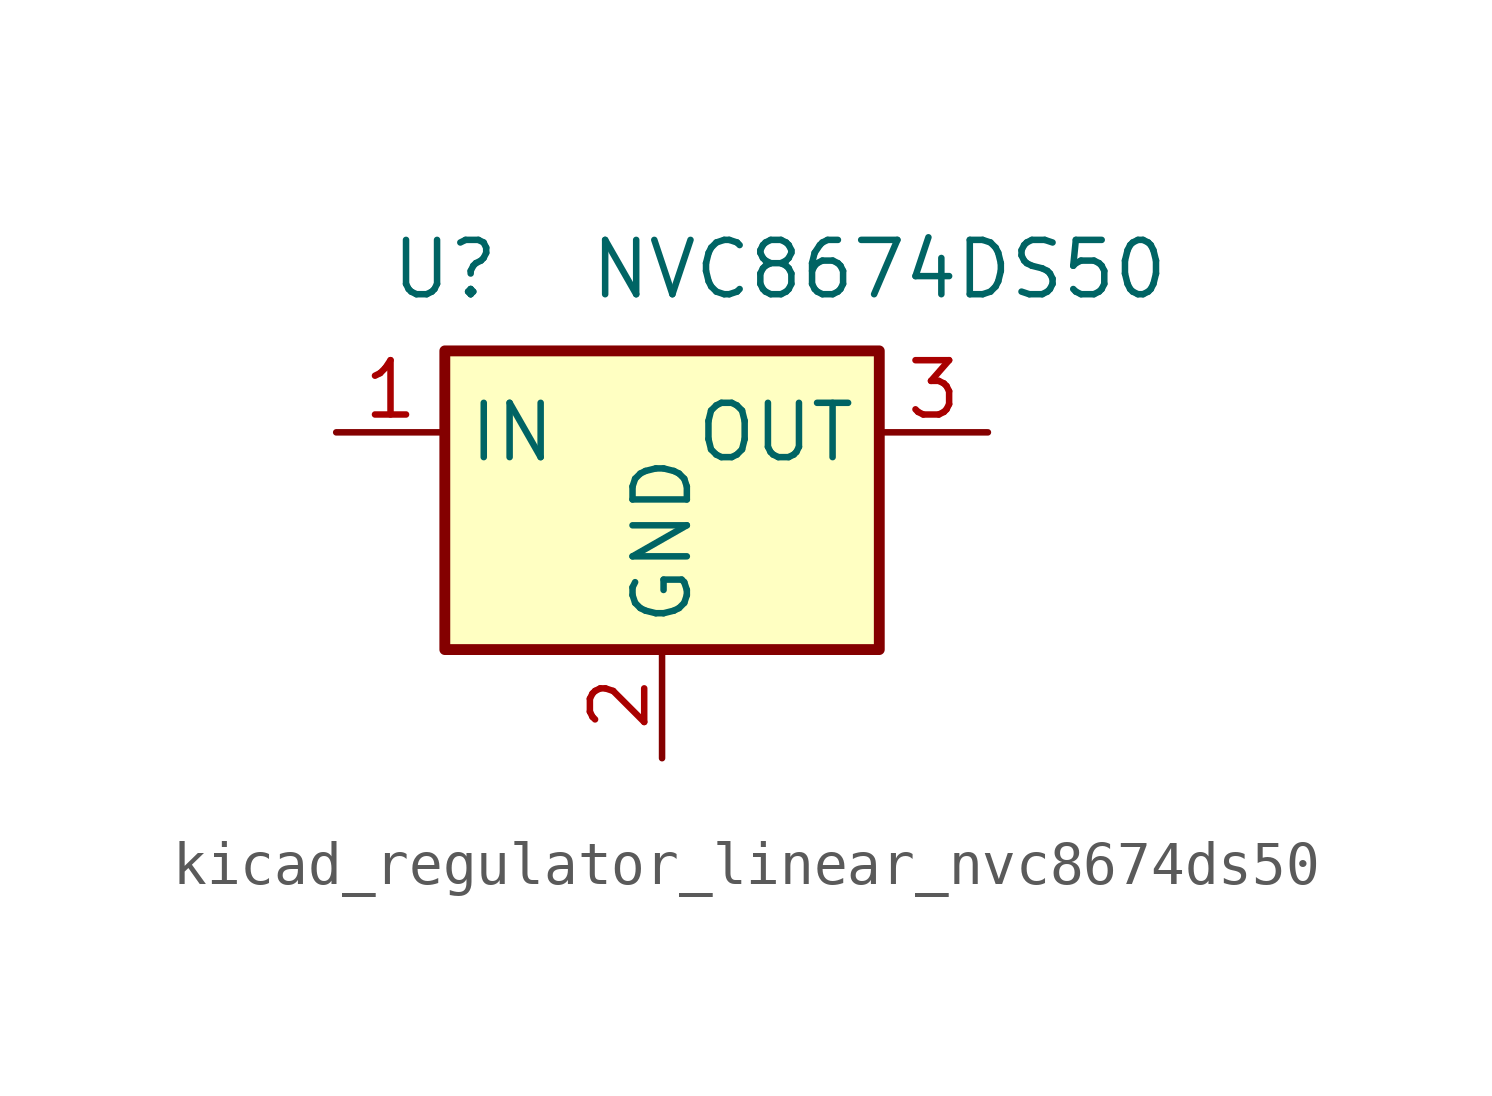
<source format=kicad_sym>
(kicad_symbol_lib
  (version 20220914)
  (generator kicad_symbol_editor)
  (symbol "kicad_regulator_linear_nvc8674ds50"
    (property "Reference" "U"
      (at -5.08 3.81 0)
      (effects (font (size 1.27 1.27))))
    (property "Value" "NVC8674DS50"
      (at 5.08 3.81 0)
      (effects (font (size 1.27 1.27))))
    (symbol "kicad_regulator_linear_nvc8674ds50_1_1"
      (rectangle (start -5.08 1.905) (end 5.08 -5.08) (stroke (width 0.254) (type default)) (fill (type background)))
      (pin power_in line (at -7.62 0 0) (length 2.54) (name "IN" (effects (font (size 1.27 1.27)))) (number "1" (effects (font (size 1.27 1.27)))))
      (pin power_in line (at 0 -7.62 90) (length 2.54) (name "GND" (effects (font (size 1.27 1.27)))) (number "2" (effects (font (size 1.27 1.27)))))
      (pin power_out line (at 7.62 0 180) (length 2.54) (name "OUT" (effects (font (size 1.27 1.27)))) (number "3" (effects (font (size 1.27 1.27))))))))
</source>
